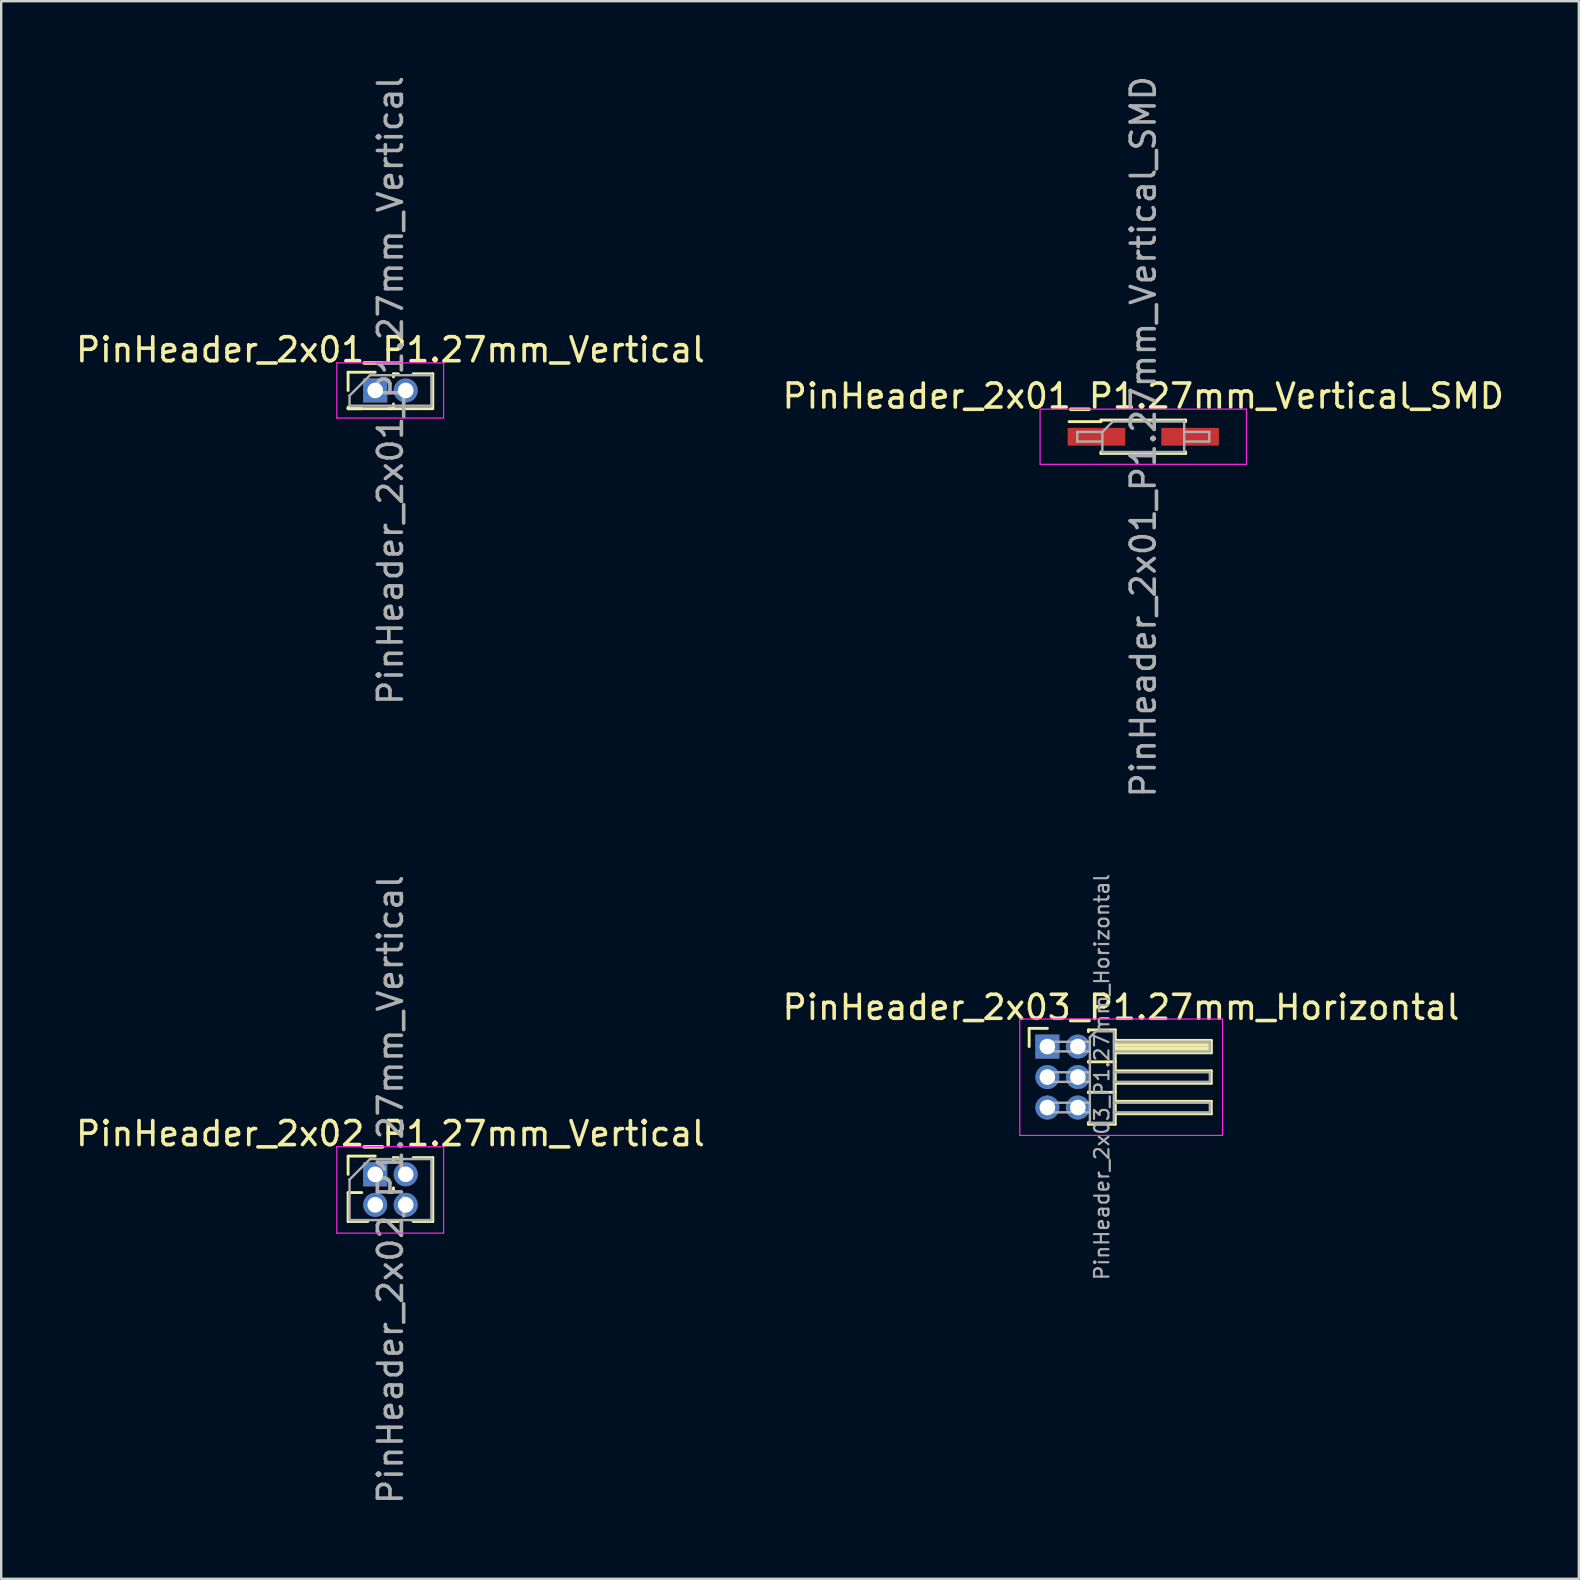
<source format=kicad_pcb>
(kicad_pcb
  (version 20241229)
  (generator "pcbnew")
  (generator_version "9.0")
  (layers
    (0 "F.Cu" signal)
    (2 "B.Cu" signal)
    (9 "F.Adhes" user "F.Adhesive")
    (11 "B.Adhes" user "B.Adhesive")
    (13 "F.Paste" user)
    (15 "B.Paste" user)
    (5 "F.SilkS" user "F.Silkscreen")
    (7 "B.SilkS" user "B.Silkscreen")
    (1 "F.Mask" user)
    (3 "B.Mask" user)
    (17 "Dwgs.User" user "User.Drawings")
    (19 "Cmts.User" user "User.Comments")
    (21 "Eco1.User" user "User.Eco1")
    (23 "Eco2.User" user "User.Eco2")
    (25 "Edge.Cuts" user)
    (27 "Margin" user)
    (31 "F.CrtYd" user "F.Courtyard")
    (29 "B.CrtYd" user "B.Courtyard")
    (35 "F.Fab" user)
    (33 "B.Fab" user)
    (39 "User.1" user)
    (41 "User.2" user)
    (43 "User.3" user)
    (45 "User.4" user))
  (footprint "PinHeader_2x03_P1.27mm_Horizontal"
    (layer "F.Cu")
    (at 40.593 40.56)
    (property "Reference" "PinHeader_2x03_P1.27mm_Horizontal" (at 3.067 -1.635 0) (layer "F.SilkS") (effects (font (size 1 1) (thickness 0.15))))
    (attr through_hole)
    (fp_line (start -0.76 -0.76) (end 0 -0.76) (stroke (width 0.12) (type solid)) (layer "F.SilkS"))
    (fp_line (start -0.76 0) (end -0.76 -0.76) (stroke (width 0.12) (type solid)) (layer "F.SilkS"))
    (fp_line (start 1.71 -0.695) (end 2.83 -0.695) (stroke (width 0.12) (type solid)) (layer "F.SilkS"))
    (fp_line (start 1.71 -0.62) (end 1.71 -0.695) (stroke (width 0.12) (type solid)) (layer "F.SilkS"))
    (fp_line (start 1.71 0.62) (end 1.71 0.65) (stroke (width 0.12) (type solid)) (layer "F.SilkS"))
    (fp_line (start 1.71 0.635) (end 2.83 0.635) (stroke (width 0.12) (type solid)) (layer "F.SilkS"))
    (fp_line (start 1.71 1.89) (end 1.71 1.92) (stroke (width 0.12) (type solid)) (layer "F.SilkS"))
    (fp_line (start 1.71 1.905) (end 2.83 1.905) (stroke (width 0.12) (type solid)) (layer "F.SilkS"))
    (fp_line (start 1.71 3.235) (end 1.71 3.16) (stroke (width 0.12) (type solid)) (layer "F.SilkS"))
    (fp_line (start 2.83 -0.695) (end 2.83 3.235) (stroke (width 0.12) (type solid)) (layer "F.SilkS"))
    (fp_line (start 2.83 -0.26) (end 6.83 -0.26) (stroke (width 0.12) (type solid)) (layer "F.SilkS"))
    (fp_line (start 2.83 -0.2) (end 6.83 -0.2) (stroke (width 0.12) (type solid)) (layer "F.SilkS"))
    (fp_line (start 2.83 -0.08) (end 6.83 -0.08) (stroke (width 0.12) (type solid)) (layer "F.SilkS"))
    (fp_line (start 2.83 0.04) (end 6.83 0.04) (stroke (width 0.12) (type solid)) (layer "F.SilkS"))
    (fp_line (start 2.83 0.16) (end 6.83 0.16) (stroke (width 0.12) (type solid)) (layer "F.SilkS"))
    (fp_line (start 2.83 1.01) (end 6.83 1.01) (stroke (width 0.12) (type solid)) (layer "F.SilkS"))
    (fp_line (start 2.83 2.28) (end 6.83 2.28) (stroke (width 0.12) (type solid)) (layer "F.SilkS"))
    (fp_line (start 2.83 3.235) (end 1.71 3.235) (stroke (width 0.12) (type solid)) (layer "F.SilkS"))
    (fp_line (start 6.83 -0.26) (end 6.83 0.26) (stroke (width 0.12) (type solid)) (layer "F.SilkS"))
    (fp_line (start 6.83 0.26) (end 2.83 0.26) (stroke (width 0.12) (type solid)) (layer "F.SilkS"))
    (fp_line (start 6.83 1.01) (end 6.83 1.53) (stroke (width 0.12) (type solid)) (layer "F.SilkS"))
    (fp_line (start 6.83 1.53) (end 2.83 1.53) (stroke (width 0.12) (type solid)) (layer "F.SilkS"))
    (fp_line (start 6.83 2.28) (end 6.83 2.8) (stroke (width 0.12) (type solid)) (layer "F.SilkS"))
    (fp_line (start 6.83 2.8) (end 2.83 2.8) (stroke (width 0.12) (type solid)) (layer "F.SilkS"))
    (fp_line (start -1.15 -1.15) (end -1.15 3.7) (stroke (width 0.05) (type solid)) (layer "F.CrtYd"))
    (fp_line (start -1.15 3.7) (end 7.3 3.7) (stroke (width 0.05) (type solid)) (layer "F.CrtYd"))
    (fp_line (start 7.3 -1.15) (end -1.15 -1.15) (stroke (width 0.05) (type solid)) (layer "F.CrtYd"))
    (fp_line (start 7.3 3.7) (end 7.3 -1.15) (stroke (width 0.05) (type solid)) (layer "F.CrtYd"))
    (fp_line (start -0.2 -0.2) (end -0.2 0.2) (stroke (width 0.1) (type solid)) (layer "F.Fab"))
    (fp_line (start -0.2 -0.2) (end 1.77 -0.2) (stroke (width 0.1) (type solid)) (layer "F.Fab"))
    (fp_line (start -0.2 0.2) (end 1.77 0.2) (stroke (width 0.1) (type solid)) (layer "F.Fab"))
    (fp_line (start -0.2 1.07) (end -0.2 1.47) (stroke (width 0.1) (type solid)) (layer "F.Fab"))
    (fp_line (start -0.2 1.07) (end 1.77 1.07) (stroke (width 0.1) (type solid)) (layer "F.Fab"))
    (fp_line (start -0.2 1.47) (end 1.77 1.47) (stroke (width 0.1) (type solid)) (layer "F.Fab"))
    (fp_line (start -0.2 2.34) (end -0.2 2.74) (stroke (width 0.1) (type solid)) (layer "F.Fab"))
    (fp_line (start -0.2 2.34) (end 1.77 2.34) (stroke (width 0.1) (type solid)) (layer "F.Fab"))
    (fp_line (start -0.2 2.74) (end 1.77 2.74) (stroke (width 0.1) (type solid)) (layer "F.Fab"))
    (fp_line (start 1.77 -0.385) (end 2.02 -0.635) (stroke (width 0.1) (type solid)) (layer "F.Fab"))
    (fp_line (start 1.77 3.175) (end 1.77 -0.385) (stroke (width 0.1) (type solid)) (layer "F.Fab"))
    (fp_line (start 2.02 -0.635) (end 2.77 -0.635) (stroke (width 0.1) (type solid)) (layer "F.Fab"))
    (fp_line (start 2.77 -0.635) (end 2.77 3.175) (stroke (width 0.1) (type solid)) (layer "F.Fab"))
    (fp_line (start 2.77 -0.2) (end 6.77 -0.2) (stroke (width 0.1) (type solid)) (layer "F.Fab"))
    (fp_line (start 2.77 0.2) (end 6.77 0.2) (stroke (width 0.1) (type solid)) (layer "F.Fab"))
    (fp_line (start 2.77 1.07) (end 6.77 1.07) (stroke (width 0.1) (type solid)) (layer "F.Fab"))
    (fp_line (start 2.77 1.47) (end 6.77 1.47) (stroke (width 0.1) (type solid)) (layer "F.Fab"))
    (fp_line (start 2.77 2.34) (end 6.77 2.34) (stroke (width 0.1) (type solid)) (layer "F.Fab"))
    (fp_line (start 2.77 2.74) (end 6.77 2.74) (stroke (width 0.1) (type solid)) (layer "F.Fab"))
    (fp_line (start 2.77 3.175) (end 1.77 3.175) (stroke (width 0.1) (type solid)) (layer "F.Fab"))
    (fp_line (start 6.77 -0.2) (end 6.77 0.2) (stroke (width 0.1) (type solid)) (layer "F.Fab"))
    (fp_line (start 6.77 1.07) (end 6.77 1.47) (stroke (width 0.1) (type solid)) (layer "F.Fab"))
    (fp_line (start 6.77 2.34) (end 6.77 2.74) (stroke (width 0.1) (type solid)) (layer "F.Fab"))
    (fp_text user "${REFERENCE}" (at 2.27 1.27 90) (layer "F.Fab") (effects (font (size 0.6 0.6) (thickness 0.09))))
    (pad "1" thru_hole rect (at 0 0) (size 1 1) (drill 0.65) (layers "*.Cu" "*.Mask"))
    (pad "2" thru_hole oval (at 1.27 0) (size 1 1) (drill 0.65) (layers "*.Cu" "*.Mask"))
    (pad "3" thru_hole oval (at 0 1.27) (size 1 1) (drill 0.65) (layers "*.Cu" "*.Mask"))
    (pad "4" thru_hole oval (at 1.27 1.27) (size 1 1) (drill 0.65) (layers "*.Cu" "*.Mask"))
    (pad "5" thru_hole oval (at 0 2.54) (size 1 1) (drill 0.65) (layers "*.Cu" "*.Mask"))
    (pad "6" thru_hole oval (at 1.27 2.54) (size 1 1) (drill 0.65) (layers "*.Cu" "*.Mask")))
  (footprint "PinHeader_2x01_P1.27mm_Vertical_SMD"
    (layer "F.Cu")
    (at 44.589 15.149)
    (property "Reference" "PinHeader_2x01_P1.27mm_Vertical_SMD" (at 0 -1.695 0) (layer "F.SilkS") (effects (font (size 1 1) (thickness 0.15))))
    (attr smd)
    (fp_line (start -3.09 -0.63) (end -1.765 -0.63) (stroke (width 0.12) (type solid)) (layer "F.SilkS"))
    (fp_line (start -1.765 -0.695) (end -1.765 -0.63) (stroke (width 0.12) (type solid)) (layer "F.SilkS"))
    (fp_line (start -1.765 -0.695) (end 1.765 -0.695) (stroke (width 0.12) (type solid)) (layer "F.SilkS"))
    (fp_line (start -1.765 0.63) (end -1.765 0.695) (stroke (width 0.12) (type solid)) (layer "F.SilkS"))
    (fp_line (start -1.765 0.695) (end 1.765 0.695) (stroke (width 0.12) (type solid)) (layer "F.SilkS"))
    (fp_line (start 1.765 -0.695) (end 1.765 -0.63) (stroke (width 0.12) (type solid)) (layer "F.SilkS"))
    (fp_line (start 1.765 0.63) (end 1.765 0.695) (stroke (width 0.12) (type solid)) (layer "F.SilkS"))
    (fp_line (start -4.3 -1.15) (end -4.3 1.15) (stroke (width 0.05) (type solid)) (layer "F.CrtYd"))
    (fp_line (start -4.3 1.15) (end 4.3 1.15) (stroke (width 0.05) (type solid)) (layer "F.CrtYd"))
    (fp_line (start 4.3 -1.15) (end -4.3 -1.15) (stroke (width 0.05) (type solid)) (layer "F.CrtYd"))
    (fp_line (start 4.3 1.15) (end 4.3 -1.15) (stroke (width 0.05) (type solid)) (layer "F.CrtYd"))
    (fp_line (start -2.75 -0.2) (end -2.75 0.2) (stroke (width 0.1) (type solid)) (layer "F.Fab"))
    (fp_line (start -2.75 0.2) (end -1.705 0.2) (stroke (width 0.1) (type solid)) (layer "F.Fab"))
    (fp_line (start -1.705 -0.2) (end -2.75 -0.2) (stroke (width 0.1) (type solid)) (layer "F.Fab"))
    (fp_line (start -1.705 -0.2) (end -1.27 -0.635) (stroke (width 0.1) (type solid)) (layer "F.Fab"))
    (fp_line (start -1.705 0.635) (end -1.705 -0.2) (stroke (width 0.1) (type solid)) (layer "F.Fab"))
    (fp_line (start -1.27 -0.635) (end 1.705 -0.635) (stroke (width 0.1) (type solid)) (layer "F.Fab"))
    (fp_line (start 1.705 -0.635) (end 1.705 0.635) (stroke (width 0.1) (type solid)) (layer "F.Fab"))
    (fp_line (start 1.705 -0.2) (end 2.75 -0.2) (stroke (width 0.1) (type solid)) (layer "F.Fab"))
    (fp_line (start 1.705 0.635) (end -1.705 0.635) (stroke (width 0.1) (type solid)) (layer "F.Fab"))
    (fp_line (start 2.75 -0.2) (end 2.75 0.2) (stroke (width 0.1) (type solid)) (layer "F.Fab"))
    (fp_line (start 2.75 0.2) (end 1.705 0.2) (stroke (width 0.1) (type solid)) (layer "F.Fab"))
    (fp_text user "${REFERENCE}" (at 0 0 90) (layer "F.Fab") (effects (font (size 1 1) (thickness 0.15))))
    (pad "1" smd rect (at -1.95 0) (size 2.4 0.74) (layers "F.Cu" "F.Mask" "F.Paste"))
    (pad "2" smd rect (at 1.95 0) (size 2.4 0.74) (layers "F.Cu" "F.Mask" "F.Paste")))
  (footprint "PinHeader_2x02_P1.27mm_Vertical"
    (layer "F.Cu")
    (at 12.585 45.883)
    (property "Reference" "PinHeader_2x02_P1.27mm_Vertical" (at 0.635 -1.695 0) (layer "F.SilkS") (effects (font (size 1 1) (thickness 0.15))))
    (attr through_hole)
    (fp_line (start -1.13 -0.76) (end 0 -0.76) (stroke (width 0.12) (type solid)) (layer "F.SilkS"))
    (fp_line (start -1.13 0) (end -1.13 -0.76) (stroke (width 0.12) (type solid)) (layer "F.SilkS"))
    (fp_line (start -1.13 0.76) (end -1.13 1.965) (stroke (width 0.12) (type solid)) (layer "F.SilkS"))
    (fp_line (start -1.13 0.76) (end -0.563 0.76) (stroke (width 0.12) (type solid)) (layer "F.SilkS"))
    (fp_line (start -1.13 1.965) (end -0.308 1.965) (stroke (width 0.12) (type solid)) (layer "F.SilkS"))
    (fp_line (start 0.308 1.965) (end 0.962 1.965) (stroke (width 0.12) (type solid)) (layer "F.SilkS"))
    (fp_line (start 0.563 0.76) (end 0.707 0.76) (stroke (width 0.12) (type solid)) (layer "F.SilkS"))
    (fp_line (start 0.76 -0.695) (end 0.962 -0.695) (stroke (width 0.12) (type solid)) (layer "F.SilkS"))
    (fp_line (start 0.76 -0.563) (end 0.76 -0.695) (stroke (width 0.12) (type solid)) (layer "F.SilkS"))
    (fp_line (start 0.76 0.707) (end 0.76 0.563) (stroke (width 0.12) (type solid)) (layer "F.SilkS"))
    (fp_line (start 1.578 -0.695) (end 2.4 -0.695) (stroke (width 0.12) (type solid)) (layer "F.SilkS"))
    (fp_line (start 1.578 1.965) (end 2.4 1.965) (stroke (width 0.12) (type solid)) (layer "F.SilkS"))
    (fp_line (start 2.4 -0.695) (end 2.4 1.965) (stroke (width 0.12) (type solid)) (layer "F.SilkS"))
    (fp_line (start -1.6 -1.15) (end -1.6 2.45) (stroke (width 0.05) (type solid)) (layer "F.CrtYd"))
    (fp_line (start -1.6 2.45) (end 2.85 2.45) (stroke (width 0.05) (type solid)) (layer "F.CrtYd"))
    (fp_line (start 2.85 -1.15) (end -1.6 -1.15) (stroke (width 0.05) (type solid)) (layer "F.CrtYd"))
    (fp_line (start 2.85 2.45) (end 2.85 -1.15) (stroke (width 0.05) (type solid)) (layer "F.CrtYd"))
    (fp_line (start -1.07 0.217) (end -0.217 -0.635) (stroke (width 0.1) (type solid)) (layer "F.Fab"))
    (fp_line (start -1.07 1.905) (end -1.07 0.217) (stroke (width 0.1) (type solid)) (layer "F.Fab"))
    (fp_line (start -0.217 -0.635) (end 2.34 -0.635) (stroke (width 0.1) (type solid)) (layer "F.Fab"))
    (fp_line (start 2.34 -0.635) (end 2.34 1.905) (stroke (width 0.1) (type solid)) (layer "F.Fab"))
    (fp_line (start 2.34 1.905) (end -1.07 1.905) (stroke (width 0.1) (type solid)) (layer "F.Fab"))
    (fp_text user "${REFERENCE}" (at 0.635 0.635 90) (layer "F.Fab") (effects (font (size 1 1) (thickness 0.15))))
    (pad "1" thru_hole rect (at 0 0) (size 1 1) (drill 0.65) (layers "*.Cu" "*.Mask"))
    (pad "2" thru_hole oval (at 1.27 0) (size 1 1) (drill 0.65) (layers "*.Cu" "*.Mask"))
    (pad "3" thru_hole oval (at 0 1.27) (size 1 1) (drill 0.65) (layers "*.Cu" "*.Mask"))
    (pad "4" thru_hole oval (at 1.27 1.27) (size 1 1) (drill 0.65) (layers "*.Cu" "*.Mask")))
  (footprint "PinHeader_2x01_P1.27mm_Vertical"
    (layer "F.Cu")
    (at 12.585 13.22)
    (property "Reference" "PinHeader_2x01_P1.27mm_Vertical" (at 0.635 -1.695 0) (layer "F.SilkS") (effects (font (size 1 1) (thickness 0.15))))
    (attr through_hole)
    (fp_line (start -1.13 -0.76) (end 0 -0.76) (stroke (width 0.12) (type solid)) (layer "F.SilkS"))
    (fp_line (start -1.13 0) (end -1.13 -0.76) (stroke (width 0.12) (type solid)) (layer "F.SilkS"))
    (fp_line (start -1.13 0.76) (end -1.13 0.695) (stroke (width 0.12) (type solid)) (layer "F.SilkS"))
    (fp_line (start -1.13 0.76) (end -0.563 0.76) (stroke (width 0.12) (type solid)) (layer "F.SilkS"))
    (fp_line (start -1.13 0.76) (end 2.4 0.76) (stroke (width 0.12) (type solid)) (layer "F.SilkS"))
    (fp_line (start 0.563 0.76) (end 0.707 0.76) (stroke (width 0.12) (type solid)) (layer "F.SilkS"))
    (fp_line (start 0.76 -0.695) (end 0.962 -0.695) (stroke (width 0.12) (type solid)) (layer "F.SilkS"))
    (fp_line (start 0.76 -0.563) (end 0.76 -0.695) (stroke (width 0.12) (type solid)) (layer "F.SilkS"))
    (fp_line (start 0.76 0.707) (end 0.76 0.563) (stroke (width 0.12) (type solid)) (layer "F.SilkS"))
    (fp_line (start 1.578 -0.695) (end 2.4 -0.695) (stroke (width 0.12) (type solid)) (layer "F.SilkS"))
    (fp_line (start 2.4 -0.695) (end 2.4 0.695) (stroke (width 0.12) (type solid)) (layer "F.SilkS"))
    (fp_line (start -1.6 -1.15) (end -1.6 1.15) (stroke (width 0.05) (type solid)) (layer "F.CrtYd"))
    (fp_line (start -1.6 1.15) (end 2.85 1.15) (stroke (width 0.05) (type solid)) (layer "F.CrtYd"))
    (fp_line (start 2.85 -1.15) (end -1.6 -1.15) (stroke (width 0.05) (type solid)) (layer "F.CrtYd"))
    (fp_line (start 2.85 1.15) (end 2.85 -1.15) (stroke (width 0.05) (type solid)) (layer "F.CrtYd"))
    (fp_line (start -1.07 0.217) (end -0.217 -0.635) (stroke (width 0.1) (type solid)) (layer "F.Fab"))
    (fp_line (start -1.07 0.635) (end -1.07 0.217) (stroke (width 0.1) (type solid)) (layer "F.Fab"))
    (fp_line (start -0.217 -0.635) (end 2.34 -0.635) (stroke (width 0.1) (type solid)) (layer "F.Fab"))
    (fp_line (start 2.34 -0.635) (end 2.34 0.635) (stroke (width 0.1) (type solid)) (layer "F.Fab"))
    (fp_line (start 2.34 0.635) (end -1.07 0.635) (stroke (width 0.1) (type solid)) (layer "F.Fab"))
    (fp_text user "${REFERENCE}" (at 0.635 0 90) (layer "F.Fab") (effects (font (size 1 1) (thickness 0.15))))
    (pad "1" thru_hole rect (at 0 0) (size 1 1) (drill 0.65) (layers "*.Cu" "*.Mask"))
    (pad "2" thru_hole oval (at 1.27 0) (size 1 1) (drill 0.65) (layers "*.Cu" "*.Mask")))
  (gr_rect
    (start -3 -3)
    (end 62.738 62.738)
    (stroke (width 0.1) (type default))
    (fill no)
    (layer "Edge.Cuts")))
</source>
